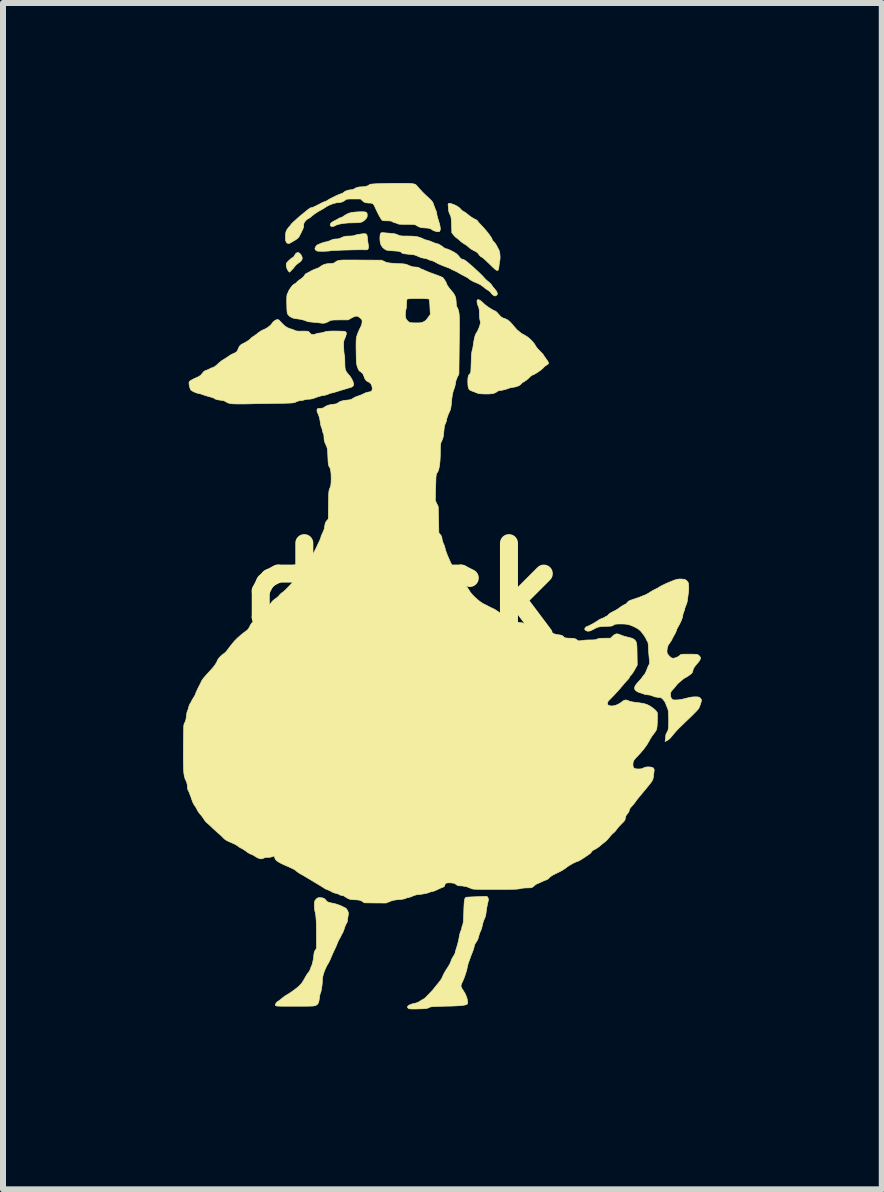
<source format=kicad_pcb>
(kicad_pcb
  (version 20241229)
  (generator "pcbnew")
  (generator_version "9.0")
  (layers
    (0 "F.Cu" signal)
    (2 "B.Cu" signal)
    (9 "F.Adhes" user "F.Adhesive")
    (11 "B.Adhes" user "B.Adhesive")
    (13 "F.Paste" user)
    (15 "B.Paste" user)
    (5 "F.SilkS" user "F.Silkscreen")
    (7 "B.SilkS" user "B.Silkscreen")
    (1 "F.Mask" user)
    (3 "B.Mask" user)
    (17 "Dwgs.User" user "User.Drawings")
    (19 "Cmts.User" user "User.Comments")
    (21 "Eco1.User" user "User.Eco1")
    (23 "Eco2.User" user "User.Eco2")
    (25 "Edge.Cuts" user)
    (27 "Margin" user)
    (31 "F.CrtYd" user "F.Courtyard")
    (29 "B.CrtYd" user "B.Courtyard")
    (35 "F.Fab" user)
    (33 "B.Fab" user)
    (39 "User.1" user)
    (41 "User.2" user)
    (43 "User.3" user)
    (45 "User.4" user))
  (footprint "duck"
    (layer "F.Cu")
    (at 3.654 6.836)
    (property "Reference" "duck" (at 0 0 0) (layer "F.SilkS") (effects (font (size 1.524 1.524) (thickness 0.3))))
    (attr through_hole)
    (fp_poly (pts (xy -1.726 -5.676) (xy -1.702 -5.657) (xy -1.689 -5.64) (xy -1.67 -5.605) (xy -1.667 -5.574) (xy -1.679 -5.546) (xy -1.707 -5.518) (xy -1.724 -5.507) (xy -1.752 -5.486) (xy -1.776 -5.464) (xy -1.788 -5.45) (xy -1.805 -5.428) (xy -1.827 -5.402) (xy -1.843 -5.386) (xy -1.879 -5.349) (xy -1.899 -5.37) (xy -1.915 -5.394) (xy -1.927 -5.426) (xy -1.934 -5.461) (xy -1.933 -5.49) (xy -1.931 -5.498) (xy -1.921 -5.512) (xy -1.903 -5.532) (xy -1.88 -5.554) (xy -1.856 -5.575) (xy -1.836 -5.59) (xy -1.822 -5.596) (xy -1.822 -5.596) (xy -1.812 -5.603) (xy -1.8 -5.621) (xy -1.795 -5.63) (xy -1.774 -5.662) (xy -1.75 -5.677) (xy -1.726 -5.676)) (stroke (width 0.01) (type solid)) (fill yes) (layer "F.SilkS"))
    (fp_poly (pts (xy -0.635 -6.356) (xy -0.61 -6.352) (xy -0.595 -6.343) (xy -0.587 -6.329) (xy -0.584 -6.309) (xy -0.584 -6.296) (xy -0.586 -6.274) (xy -0.593 -6.256) (xy -0.609 -6.237) (xy -0.621 -6.224) (xy -0.641 -6.206) (xy -0.662 -6.192) (xy -0.685 -6.183) (xy -0.715 -6.177) (xy -0.754 -6.174) (xy -0.805 -6.173) (xy -0.838 -6.172) (xy -0.896 -6.171) (xy -0.954 -6.166) (xy -1.009 -6.158) (xy -1.056 -6.149) (xy -1.093 -6.138) (xy -1.117 -6.126) (xy -1.118 -6.125) (xy -1.147 -6.112) (xy -1.178 -6.112) (xy -1.184 -6.114) (xy -1.198 -6.124) (xy -1.202 -6.134) (xy -1.198 -6.155) (xy -1.184 -6.173) (xy -1.158 -6.192) (xy -1.122 -6.211) (xy -1.092 -6.226) (xy -1.069 -6.239) (xy -1.055 -6.247) (xy -1.054 -6.249) (xy -1.042 -6.255) (xy -1.031 -6.257) (xy -1.015 -6.262) (xy -0.992 -6.274) (xy -0.975 -6.286) (xy -0.934 -6.312) (xy -0.892 -6.332) (xy -0.845 -6.345) (xy -0.789 -6.352) (xy -0.723 -6.356) (xy -0.671 -6.357) (xy -0.635 -6.356)) (stroke (width 0.01) (type solid)) (fill yes) (layer "F.SilkS"))
    (fp_poly (pts (xy -0.6 -5.985) (xy -0.59 -5.971) (xy -0.584 -5.946) (xy -0.58 -5.911) (xy -0.576 -5.873) (xy -0.571 -5.835) (xy -0.567 -5.812) (xy -0.562 -5.772) (xy -0.567 -5.745) (xy -0.573 -5.732) (xy -0.582 -5.726) (xy -0.6 -5.723) (xy -0.624 -5.723) (xy -0.663 -5.724) (xy -0.711 -5.724) (xy -0.768 -5.723) (xy -0.829 -5.722) (xy -0.893 -5.72) (xy -0.957 -5.719) (xy -1.018 -5.717) (xy -1.075 -5.714) (xy -1.123 -5.712) (xy -1.162 -5.71) (xy -1.187 -5.708) (xy -1.196 -5.707) (xy -1.219 -5.703) (xy -1.255 -5.701) (xy -1.296 -5.699) (xy -1.327 -5.698) (xy -1.37 -5.699) (xy -1.399 -5.7) (xy -1.417 -5.703) (xy -1.43 -5.707) (xy -1.439 -5.715) (xy -1.439 -5.715) (xy -1.452 -5.73) (xy -1.456 -5.741) (xy -1.45 -5.762) (xy -1.436 -5.785) (xy -1.418 -5.803) (xy -1.413 -5.806) (xy -1.347 -5.834) (xy -1.289 -5.852) (xy -1.274 -5.854) (xy -1.241 -5.862) (xy -1.206 -5.875) (xy -1.191 -5.882) (xy -1.152 -5.898) (xy -1.113 -5.903) (xy -1.106 -5.903) (xy -1.071 -5.905) (xy -1.035 -5.916) (xy -1.01 -5.927) (xy -0.981 -5.94) (xy -0.955 -5.947) (xy -0.927 -5.951) (xy -0.889 -5.952) (xy -0.885 -5.952) (xy -0.84 -5.954) (xy -0.808 -5.958) (xy -0.793 -5.964) (xy -0.777 -5.97) (xy -0.749 -5.976) (xy -0.713 -5.983) (xy -0.691 -5.986) (xy -0.648 -5.991) (xy -0.619 -5.991) (xy -0.6 -5.985)) (stroke (width 0.01) (type solid)) (fill yes) (layer "F.SilkS"))
    (fp_poly (pts (xy 0.814 -6.493) (xy 0.819 -6.491) (xy 0.876 -6.47) (xy 0.924 -6.444) (xy 0.96 -6.416) (xy 0.969 -6.405) (xy 0.991 -6.382) (xy 1.016 -6.364) (xy 1.023 -6.361) (xy 1.045 -6.349) (xy 1.072 -6.329) (xy 1.1 -6.306) (xy 1.1 -6.306) (xy 1.133 -6.28) (xy 1.171 -6.255) (xy 1.2 -6.239) (xy 1.227 -6.226) (xy 1.246 -6.214) (xy 1.253 -6.206) (xy 1.253 -6.206) (xy 1.259 -6.197) (xy 1.274 -6.178) (xy 1.296 -6.154) (xy 1.319 -6.13) (xy 1.355 -6.091) (xy 1.391 -6.05) (xy 1.425 -6.009) (xy 1.454 -5.97) (xy 1.478 -5.936) (xy 1.493 -5.91) (xy 1.499 -5.893) (xy 1.499 -5.893) (xy 1.504 -5.882) (xy 1.518 -5.865) (xy 1.529 -5.853) (xy 1.552 -5.826) (xy 1.572 -5.794) (xy 1.577 -5.783) (xy 1.591 -5.756) (xy 1.604 -5.731) (xy 1.609 -5.723) (xy 1.618 -5.701) (xy 1.625 -5.668) (xy 1.629 -5.628) (xy 1.63 -5.588) (xy 1.627 -5.553) (xy 1.625 -5.542) (xy 1.62 -5.516) (xy 1.615 -5.48) (xy 1.611 -5.444) (xy 1.606 -5.41) (xy 1.6 -5.388) (xy 1.59 -5.378) (xy 1.575 -5.38) (xy 1.552 -5.394) (xy 1.522 -5.42) (xy 1.489 -5.452) (xy 1.443 -5.497) (xy 1.407 -5.531) (xy 1.381 -5.556) (xy 1.361 -5.574) (xy 1.347 -5.586) (xy 1.336 -5.594) (xy 1.328 -5.599) (xy 1.319 -5.603) (xy 1.319 -5.603) (xy 1.301 -5.616) (xy 1.281 -5.638) (xy 1.274 -5.648) (xy 1.256 -5.671) (xy 1.233 -5.689) (xy 1.199 -5.707) (xy 1.196 -5.708) (xy 1.162 -5.726) (xy 1.129 -5.748) (xy 1.108 -5.766) (xy 1.08 -5.791) (xy 1.047 -5.813) (xy 1.035 -5.82) (xy 1.005 -5.839) (xy 0.975 -5.862) (xy 0.965 -5.872) (xy 0.943 -5.893) (xy 0.921 -5.91) (xy 0.913 -5.915) (xy 0.895 -5.928) (xy 0.873 -5.949) (xy 0.858 -5.966) (xy 0.826 -6.005) (xy 0.821 -6.138) (xy 0.819 -6.189) (xy 0.817 -6.226) (xy 0.814 -6.254) (xy 0.81 -6.274) (xy 0.804 -6.292) (xy 0.796 -6.309) (xy 0.794 -6.313) (xy 0.781 -6.342) (xy 0.773 -6.371) (xy 0.771 -6.385) (xy 0.77 -6.412) (xy 0.767 -6.444) (xy 0.766 -6.45) (xy 0.763 -6.479) (xy 0.769 -6.494) (xy 0.785 -6.498) (xy 0.814 -6.493)) (stroke (width 0.01) (type solid)) (fill yes) (layer "F.SilkS"))
    (fp_poly (pts (xy 1.287 -4.886) (xy 1.31 -4.871) (xy 1.34 -4.845) (xy 1.36 -4.826) (xy 1.391 -4.799) (xy 1.429 -4.771) (xy 1.469 -4.745) (xy 1.506 -4.723) (xy 1.537 -4.707) (xy 1.547 -4.704) (xy 1.562 -4.694) (xy 1.582 -4.676) (xy 1.602 -4.654) (xy 1.627 -4.625) (xy 1.646 -4.606) (xy 1.663 -4.594) (xy 1.682 -4.585) (xy 1.702 -4.58) (xy 1.747 -4.56) (xy 1.794 -4.524) (xy 1.838 -4.476) (xy 1.848 -4.463) (xy 1.911 -4.391) (xy 1.984 -4.331) (xy 2.059 -4.289) (xy 2.087 -4.271) (xy 2.12 -4.244) (xy 2.154 -4.212) (xy 2.184 -4.178) (xy 2.208 -4.147) (xy 2.217 -4.13) (xy 2.232 -4.106) (xy 2.256 -4.075) (xy 2.286 -4.043) (xy 2.294 -4.035) (xy 2.319 -4.01) (xy 2.339 -3.989) (xy 2.351 -3.974) (xy 2.354 -3.97) (xy 2.359 -3.961) (xy 2.371 -3.941) (xy 2.39 -3.916) (xy 2.396 -3.907) (xy 2.416 -3.879) (xy 2.431 -3.855) (xy 2.438 -3.838) (xy 2.438 -3.835) (xy 2.43 -3.819) (xy 2.407 -3.803) (xy 2.405 -3.802) (xy 2.38 -3.785) (xy 2.358 -3.765) (xy 2.355 -3.761) (xy 2.339 -3.744) (xy 2.312 -3.722) (xy 2.28 -3.698) (xy 2.245 -3.675) (xy 2.212 -3.655) (xy 2.186 -3.641) (xy 2.174 -3.637) (xy 2.157 -3.629) (xy 2.134 -3.611) (xy 2.111 -3.589) (xy 2.083 -3.563) (xy 2.052 -3.539) (xy 2.029 -3.525) (xy 2.006 -3.511) (xy 1.989 -3.498) (xy 1.984 -3.492) (xy 1.97 -3.475) (xy 1.944 -3.459) (xy 1.909 -3.445) (xy 1.871 -3.435) (xy 1.854 -3.433) (xy 1.822 -3.428) (xy 1.794 -3.422) (xy 1.778 -3.416) (xy 1.754 -3.407) (xy 1.719 -3.396) (xy 1.682 -3.387) (xy 1.648 -3.38) (xy 1.626 -3.378) (xy 1.603 -3.373) (xy 1.579 -3.359) (xy 1.577 -3.357) (xy 1.552 -3.342) (xy 1.522 -3.33) (xy 1.515 -3.328) (xy 1.487 -3.324) (xy 1.448 -3.321) (xy 1.402 -3.32) (xy 1.356 -3.321) (xy 1.314 -3.323) (xy 1.283 -3.326) (xy 1.278 -3.327) (xy 1.252 -3.334) (xy 1.229 -3.343) (xy 1.229 -3.343) (xy 1.209 -3.352) (xy 1.181 -3.362) (xy 1.167 -3.367) (xy 1.138 -3.378) (xy 1.117 -3.393) (xy 1.104 -3.415) (xy 1.096 -3.447) (xy 1.093 -3.492) (xy 1.092 -3.521) (xy 1.093 -3.569) (xy 1.097 -3.603) (xy 1.104 -3.628) (xy 1.115 -3.646) (xy 1.127 -3.658) (xy 1.133 -3.664) (xy 1.137 -3.672) (xy 1.141 -3.686) (xy 1.143 -3.708) (xy 1.145 -3.739) (xy 1.146 -3.783) (xy 1.148 -3.837) (xy 1.15 -3.912) (xy 1.153 -3.971) (xy 1.158 -4.014) (xy 1.163 -4.04) (xy 1.172 -4.073) (xy 1.179 -4.109) (xy 1.18 -4.117) (xy 1.191 -4.192) (xy 1.203 -4.253) (xy 1.216 -4.3) (xy 1.23 -4.33) (xy 1.235 -4.336) (xy 1.249 -4.359) (xy 1.265 -4.392) (xy 1.281 -4.43) (xy 1.294 -4.468) (xy 1.301 -4.497) (xy 1.302 -4.521) (xy 1.296 -4.548) (xy 1.295 -4.551) (xy 1.291 -4.573) (xy 1.287 -4.606) (xy 1.285 -4.645) (xy 1.285 -4.664) (xy 1.284 -4.707) (xy 1.28 -4.739) (xy 1.274 -4.763) (xy 1.268 -4.778) (xy 1.256 -4.808) (xy 1.247 -4.842) (xy 1.247 -4.847) (xy 1.245 -4.872) (xy 1.249 -4.885) (xy 1.257 -4.891) (xy 1.271 -4.892) (xy 1.287 -4.886)) (stroke (width 0.01) (type solid)) (fill yes) (layer "F.SilkS"))
    (fp_poly (pts (xy -1.331 5.077) (xy -1.296 5.091) (xy -1.275 5.113) (xy -1.274 5.113) (xy -1.264 5.129) (xy -1.248 5.141) (xy -1.225 5.151) (xy -1.19 5.16) (xy -1.147 5.169) (xy -1.105 5.179) (xy -1.061 5.194) (xy -1.024 5.208) (xy -0.994 5.223) (xy -0.967 5.236) (xy -0.949 5.244) (xy -0.933 5.257) (xy -0.917 5.279) (xy -0.912 5.29) (xy -0.903 5.31) (xy -0.898 5.328) (xy -0.899 5.349) (xy -0.903 5.38) (xy -0.904 5.385) (xy -0.909 5.418) (xy -0.913 5.446) (xy -0.914 5.464) (xy -0.92 5.485) (xy -0.932 5.506) (xy -0.943 5.526) (xy -0.955 5.555) (xy -0.966 5.588) (xy -0.966 5.589) (xy -0.977 5.622) (xy -0.989 5.651) (xy -0.999 5.671) (xy -0.999 5.671) (xy -1.011 5.688) (xy -1.016 5.7) (xy -1.016 5.7) (xy -1.02 5.711) (xy -1.031 5.732) (xy -1.045 5.757) (xy -1.061 5.785) (xy -1.073 5.811) (xy -1.079 5.826) (xy -1.083 5.837) (xy -1.088 5.85) (xy -1.096 5.869) (xy -1.107 5.895) (xy -1.124 5.931) (xy -1.147 5.98) (xy -1.15 5.986) (xy -1.167 6.024) (xy -1.183 6.061) (xy -1.196 6.093) (xy -1.199 6.1) (xy -1.214 6.134) (xy -1.233 6.168) (xy -1.241 6.181) (xy -1.256 6.206) (xy -1.273 6.241) (xy -1.29 6.28) (xy -1.298 6.299) (xy -1.313 6.344) (xy -1.323 6.381) (xy -1.329 6.419) (xy -1.332 6.464) (xy -1.335 6.513) (xy -1.341 6.561) (xy -1.348 6.605) (xy -1.356 6.642) (xy -1.364 6.666) (xy -1.367 6.671) (xy -1.371 6.684) (xy -1.376 6.709) (xy -1.38 6.741) (xy -1.381 6.745) (xy -1.388 6.792) (xy -1.397 6.825) (xy -1.411 6.848) (xy -1.431 6.864) (xy -1.439 6.869) (xy -1.448 6.872) (xy -1.46 6.876) (xy -1.475 6.878) (xy -1.496 6.88) (xy -1.525 6.881) (xy -1.563 6.882) (xy -1.612 6.883) (xy -1.673 6.883) (xy -1.749 6.883) (xy -1.789 6.883) (xy -1.872 6.883) (xy -1.939 6.883) (xy -1.993 6.883) (xy -2.034 6.882) (xy -2.065 6.881) (xy -2.087 6.879) (xy -2.101 6.877) (xy -2.109 6.875) (xy -2.113 6.871) (xy -2.114 6.87) (xy -2.113 6.85) (xy -2.102 6.828) (xy -2.083 6.808) (xy -2.074 6.803) (xy -2.056 6.791) (xy -2.031 6.772) (xy -2.006 6.752) (xy -1.979 6.73) (xy -1.953 6.711) (xy -1.935 6.7) (xy -1.899 6.679) (xy -1.855 6.65) (xy -1.809 6.617) (xy -1.765 6.584) (xy -1.728 6.553) (xy -1.721 6.547) (xy -1.683 6.507) (xy -1.651 6.462) (xy -1.631 6.425) (xy -1.611 6.39) (xy -1.591 6.356) (xy -1.573 6.331) (xy -1.567 6.324) (xy -1.548 6.298) (xy -1.534 6.269) (xy -1.532 6.262) (xy -1.523 6.236) (xy -1.513 6.214) (xy -1.511 6.211) (xy -1.504 6.192) (xy -1.495 6.161) (xy -1.487 6.123) (xy -1.48 6.083) (xy -1.475 6.047) (xy -1.473 6.019) (xy -1.466 5.979) (xy -1.452 5.952) (xy -1.43 5.92) (xy -1.43 5.714) (xy -1.431 5.615) (xy -1.432 5.533) (xy -1.434 5.464) (xy -1.438 5.408) (xy -1.442 5.364) (xy -1.448 5.331) (xy -1.453 5.31) (xy -1.459 5.284) (xy -1.463 5.248) (xy -1.465 5.209) (xy -1.465 5.203) (xy -1.464 5.167) (xy -1.462 5.144) (xy -1.457 5.127) (xy -1.448 5.113) (xy -1.439 5.103) (xy -1.42 5.084) (xy -1.4 5.075) (xy -1.378 5.073) (xy -1.331 5.077)) (stroke (width 0.01) (type solid)) (fill yes) (layer "F.SilkS"))
    (fp_poly (pts (xy -0.314 -6.008) (xy -0.292 -6.006) (xy -0.259 -6.003) (xy -0.22 -6) (xy -0.199 -5.998) (xy -0.152 -5.994) (xy -0.117 -5.988) (xy -0.089 -5.979) (xy -0.074 -5.972) (xy -0.057 -5.964) (xy -0.041 -5.959) (xy -0.021 -5.955) (xy 0.005 -5.953) (xy 0.041 -5.952) (xy 0.09 -5.952) (xy 0.157 -5.951) (xy 0.21 -5.947) (xy 0.255 -5.94) (xy 0.294 -5.929) (xy 0.333 -5.913) (xy 0.349 -5.905) (xy 0.376 -5.893) (xy 0.399 -5.886) (xy 0.409 -5.884) (xy 0.425 -5.881) (xy 0.452 -5.872) (xy 0.484 -5.859) (xy 0.495 -5.855) (xy 0.528 -5.841) (xy 0.556 -5.831) (xy 0.575 -5.825) (xy 0.579 -5.825) (xy 0.599 -5.82) (xy 0.629 -5.804) (xy 0.663 -5.782) (xy 0.686 -5.764) (xy 0.708 -5.749) (xy 0.728 -5.741) (xy 0.734 -5.74) (xy 0.749 -5.737) (xy 0.775 -5.727) (xy 0.807 -5.712) (xy 0.829 -5.701) (xy 0.874 -5.677) (xy 0.906 -5.654) (xy 0.931 -5.63) (xy 0.937 -5.623) (xy 0.961 -5.593) (xy 0.98 -5.575) (xy 0.995 -5.566) (xy 1.01 -5.563) (xy 1.013 -5.563) (xy 1.028 -5.557) (xy 1.052 -5.544) (xy 1.078 -5.524) (xy 1.08 -5.522) (xy 1.133 -5.477) (xy 1.186 -5.431) (xy 1.235 -5.386) (xy 1.279 -5.345) (xy 1.316 -5.309) (xy 1.344 -5.281) (xy 1.356 -5.267) (xy 1.383 -5.237) (xy 1.414 -5.208) (xy 1.432 -5.194) (xy 1.457 -5.173) (xy 1.479 -5.151) (xy 1.489 -5.137) (xy 1.502 -5.117) (xy 1.522 -5.091) (xy 1.543 -5.067) (xy 1.57 -5.033) (xy 1.583 -5.003) (xy 1.583 -4.979) (xy 1.568 -4.962) (xy 1.567 -4.962) (xy 1.55 -4.954) (xy 1.536 -4.956) (xy 1.516 -4.967) (xy 1.516 -4.967) (xy 1.496 -4.983) (xy 1.478 -5.006) (xy 1.477 -5.007) (xy 1.458 -5.029) (xy 1.433 -5.047) (xy 1.43 -5.048) (xy 1.408 -5.062) (xy 1.38 -5.082) (xy 1.352 -5.105) (xy 1.314 -5.133) (xy 1.27 -5.158) (xy 1.225 -5.177) (xy 1.189 -5.192) (xy 1.156 -5.209) (xy 1.133 -5.223) (xy 1.125 -5.229) (xy 1.108 -5.243) (xy 1.081 -5.261) (xy 1.048 -5.279) (xy 1.037 -5.285) (xy 1.001 -5.303) (xy 0.965 -5.323) (xy 0.936 -5.34) (xy 0.931 -5.343) (xy 0.902 -5.359) (xy 0.874 -5.373) (xy 0.863 -5.378) (xy 0.836 -5.389) (xy 0.812 -5.402) (xy 0.812 -5.402) (xy 0.793 -5.413) (xy 0.764 -5.425) (xy 0.736 -5.435) (xy 0.702 -5.448) (xy 0.668 -5.461) (xy 0.647 -5.47) (xy 0.625 -5.48) (xy 0.61 -5.486) (xy 0.607 -5.486) (xy 0.598 -5.491) (xy 0.579 -5.501) (xy 0.562 -5.511) (xy 0.53 -5.528) (xy 0.494 -5.542) (xy 0.48 -5.545) (xy 0.453 -5.553) (xy 0.431 -5.562) (xy 0.424 -5.566) (xy 0.408 -5.573) (xy 0.383 -5.579) (xy 0.363 -5.582) (xy 0.319 -5.591) (xy 0.272 -5.609) (xy 0.262 -5.614) (xy 0.236 -5.626) (xy 0.211 -5.635) (xy 0.184 -5.641) (xy 0.149 -5.645) (xy 0.106 -5.649) (xy 0.06 -5.654) (xy 0.027 -5.658) (xy 0.006 -5.663) (xy -0.006 -5.67) (xy -0.008 -5.672) (xy -0.02 -5.683) (xy -0.034 -5.691) (xy -0.055 -5.697) (xy -0.085 -5.701) (xy -0.126 -5.704) (xy -0.157 -5.706) (xy -0.201 -5.709) (xy -0.233 -5.712) (xy -0.255 -5.716) (xy -0.273 -5.722) (xy -0.29 -5.732) (xy -0.294 -5.734) (xy -0.33 -5.765) (xy -0.355 -5.805) (xy -0.369 -5.855) (xy -0.373 -5.913) (xy -0.371 -5.957) (xy -0.366 -5.986) (xy -0.355 -6.003) (xy -0.338 -6.01) (xy -0.314 -6.008)) (stroke (width 0.01) (type solid)) (fill yes) (layer "F.SilkS"))
    (fp_poly (pts (xy 1.426 5.074) (xy 1.434 5.088) (xy 1.436 5.102) (xy 1.434 5.121) (xy 1.428 5.145) (xy 1.417 5.194) (xy 1.406 5.254) (xy 1.397 5.318) (xy 1.393 5.351) (xy 1.386 5.383) (xy 1.374 5.417) (xy 1.368 5.427) (xy 1.357 5.455) (xy 1.345 5.491) (xy 1.335 5.53) (xy 1.335 5.534) (xy 1.326 5.57) (xy 1.316 5.604) (xy 1.306 5.629) (xy 1.305 5.631) (xy 1.293 5.656) (xy 1.282 5.688) (xy 1.276 5.711) (xy 1.264 5.754) (xy 1.25 5.787) (xy 1.232 5.815) (xy 1.223 5.826) (xy 1.21 5.85) (xy 1.2 5.879) (xy 1.199 5.886) (xy 1.193 5.912) (xy 1.182 5.947) (xy 1.169 5.982) (xy 1.155 6.017) (xy 1.141 6.052) (xy 1.132 6.079) (xy 1.12 6.112) (xy 1.107 6.148) (xy 1.104 6.155) (xy 1.094 6.188) (xy 1.085 6.225) (xy 1.083 6.236) (xy 1.076 6.271) (xy 1.063 6.317) (xy 1.046 6.368) (xy 1.028 6.419) (xy 1.009 6.464) (xy 0.997 6.488) (xy 0.984 6.517) (xy 0.978 6.541) (xy 0.982 6.562) (xy 0.995 6.588) (xy 1.012 6.614) (xy 1.05 6.676) (xy 1.074 6.736) (xy 1.086 6.781) (xy 1.09 6.811) (xy 1.091 6.83) (xy 1.087 6.841) (xy 1.083 6.846) (xy 1.071 6.854) (xy 1.052 6.861) (xy 1.025 6.866) (xy 0.988 6.871) (xy 0.94 6.875) (xy 0.879 6.878) (xy 0.804 6.881) (xy 0.728 6.882) (xy 0.656 6.884) (xy 0.599 6.886) (xy 0.554 6.887) (xy 0.521 6.889) (xy 0.496 6.891) (xy 0.478 6.894) (xy 0.464 6.897) (xy 0.453 6.902) (xy 0.445 6.906) (xy 0.43 6.913) (xy 0.415 6.918) (xy 0.395 6.921) (xy 0.367 6.924) (xy 0.33 6.926) (xy 0.279 6.927) (xy 0.264 6.928) (xy 0.209 6.929) (xy 0.169 6.929) (xy 0.141 6.928) (xy 0.122 6.926) (xy 0.109 6.923) (xy 0.1 6.918) (xy 0.099 6.917) (xy 0.087 6.901) (xy 0.087 6.889) (xy 0.1 6.874) (xy 0.125 6.859) (xy 0.158 6.846) (xy 0.193 6.837) (xy 0.206 6.835) (xy 0.256 6.821) (xy 0.284 6.805) (xy 0.31 6.788) (xy 0.335 6.773) (xy 0.343 6.77) (xy 0.366 6.756) (xy 0.389 6.737) (xy 0.391 6.734) (xy 0.408 6.716) (xy 0.433 6.691) (xy 0.459 6.664) (xy 0.464 6.659) (xy 0.492 6.63) (xy 0.517 6.601) (xy 0.536 6.577) (xy 0.538 6.574) (xy 0.556 6.551) (xy 0.58 6.522) (xy 0.606 6.491) (xy 0.61 6.485) (xy 0.643 6.443) (xy 0.665 6.404) (xy 0.672 6.387) (xy 0.683 6.361) (xy 0.701 6.326) (xy 0.723 6.29) (xy 0.733 6.273) (xy 0.766 6.223) (xy 0.789 6.184) (xy 0.804 6.153) (xy 0.814 6.126) (xy 0.816 6.118) (xy 0.824 6.098) (xy 0.839 6.071) (xy 0.851 6.051) (xy 0.867 6.026) (xy 0.877 6.005) (xy 0.881 5.994) (xy 0.883 5.981) (xy 0.89 5.955) (xy 0.9 5.922) (xy 0.91 5.891) (xy 0.923 5.845) (xy 0.936 5.796) (xy 0.945 5.752) (xy 0.948 5.731) (xy 0.955 5.694) (xy 0.964 5.66) (xy 0.973 5.634) (xy 0.974 5.632) (xy 0.985 5.607) (xy 0.99 5.585) (xy 0.991 5.582) (xy 0.994 5.561) (xy 1.003 5.536) (xy 1.005 5.531) (xy 1.01 5.516) (xy 1.014 5.497) (xy 1.017 5.469) (xy 1.02 5.432) (xy 1.022 5.382) (xy 1.025 5.318) (xy 1.025 5.309) (xy 1.027 5.239) (xy 1.03 5.184) (xy 1.033 5.142) (xy 1.038 5.112) (xy 1.043 5.091) (xy 1.05 5.078) (xy 1.059 5.07) (xy 1.063 5.068) (xy 1.076 5.066) (xy 1.102 5.064) (xy 1.14 5.062) (xy 1.187 5.06) (xy 1.238 5.058) (xy 1.245 5.057) (xy 1.412 5.052) (xy 1.426 5.074)) (stroke (width 0.01) (type solid)) (fill yes) (layer "F.SilkS"))
    (fp_poly (pts (xy 0.028 -6.831) (xy 0.089 -6.83) (xy 0.137 -6.828) (xy 0.174 -6.824) (xy 0.201 -6.819) (xy 0.219 -6.813) (xy 0.227 -6.807) (xy 0.257 -6.774) (xy 0.286 -6.741) (xy 0.314 -6.711) (xy 0.336 -6.687) (xy 0.351 -6.672) (xy 0.351 -6.671) (xy 0.364 -6.659) (xy 0.386 -6.638) (xy 0.414 -6.612) (xy 0.438 -6.59) (xy 0.469 -6.56) (xy 0.491 -6.537) (xy 0.506 -6.517) (xy 0.516 -6.496) (xy 0.525 -6.47) (xy 0.525 -6.469) (xy 0.538 -6.435) (xy 0.55 -6.401) (xy 0.56 -6.379) (xy 0.57 -6.352) (xy 0.575 -6.325) (xy 0.576 -6.319) (xy 0.578 -6.301) (xy 0.585 -6.272) (xy 0.596 -6.235) (xy 0.606 -6.203) (xy 0.624 -6.142) (xy 0.633 -6.092) (xy 0.633 -6.055) (xy 0.623 -6.031) (xy 0.617 -6.026) (xy 0.601 -6.023) (xy 0.576 -6.026) (xy 0.546 -6.034) (xy 0.519 -6.044) (xy 0.499 -6.055) (xy 0.494 -6.059) (xy 0.474 -6.073) (xy 0.44 -6.083) (xy 0.394 -6.087) (xy 0.376 -6.088) (xy 0.322 -6.092) (xy 0.277 -6.105) (xy 0.238 -6.127) (xy 0.227 -6.134) (xy 0.214 -6.14) (xy 0.199 -6.143) (xy 0.177 -6.145) (xy 0.146 -6.146) (xy 0.102 -6.147) (xy 0.071 -6.147) (xy 0.025 -6.147) (xy -0.016 -6.148) (xy -0.047 -6.15) (xy -0.067 -6.153) (xy -0.071 -6.154) (xy -0.082 -6.161) (xy -0.103 -6.168) (xy -0.118 -6.172) (xy -0.144 -6.18) (xy -0.164 -6.19) (xy -0.17 -6.194) (xy -0.181 -6.201) (xy -0.205 -6.204) (xy -0.241 -6.206) (xy -0.254 -6.206) (xy -0.29 -6.207) (xy -0.314 -6.208) (xy -0.329 -6.213) (xy -0.34 -6.22) (xy -0.344 -6.225) (xy -0.357 -6.243) (xy -0.375 -6.273) (xy -0.396 -6.311) (xy -0.417 -6.354) (xy -0.439 -6.399) (xy -0.451 -6.426) (xy -0.468 -6.462) (xy -0.484 -6.485) (xy -0.503 -6.497) (xy -0.528 -6.502) (xy -0.55 -6.502) (xy -0.592 -6.505) (xy -0.624 -6.512) (xy -0.65 -6.528) (xy -0.668 -6.544) (xy -0.695 -6.57) (xy -0.813 -6.57) (xy -0.86 -6.57) (xy -0.894 -6.569) (xy -0.916 -6.567) (xy -0.931 -6.564) (xy -0.941 -6.559) (xy -0.946 -6.554) (xy -0.973 -6.534) (xy -1.009 -6.518) (xy -1.047 -6.511) (xy -1.055 -6.511) (xy -1.099 -6.506) (xy -1.15 -6.493) (xy -1.204 -6.473) (xy -1.253 -6.449) (xy -1.293 -6.423) (xy -1.295 -6.422) (xy -1.308 -6.413) (xy -1.332 -6.399) (xy -1.362 -6.382) (xy -1.376 -6.375) (xy -1.416 -6.351) (xy -1.46 -6.322) (xy -1.498 -6.292) (xy -1.501 -6.29) (xy -1.528 -6.267) (xy -1.551 -6.25) (xy -1.567 -6.241) (xy -1.57 -6.24) (xy -1.582 -6.234) (xy -1.599 -6.219) (xy -1.612 -6.206) (xy -1.631 -6.182) (xy -1.64 -6.162) (xy -1.643 -6.136) (xy -1.643 -6.133) (xy -1.643 -6.117) (xy -1.646 -6.1) (xy -1.652 -6.081) (xy -1.663 -6.055) (xy -1.679 -6.022) (xy -1.701 -5.978) (xy -1.718 -5.944) (xy -1.741 -5.915) (xy -1.779 -5.888) (xy -1.809 -5.871) (xy -1.839 -5.853) (xy -1.854 -5.844) (xy -1.882 -5.829) (xy -1.903 -5.827) (xy -1.921 -5.838) (xy -1.93 -5.847) (xy -1.939 -5.863) (xy -1.945 -5.882) (xy -1.947 -5.91) (xy -1.947 -5.935) (xy -1.945 -5.985) (xy -1.938 -6.023) (xy -1.924 -6.055) (xy -1.901 -6.088) (xy -1.891 -6.099) (xy -1.872 -6.121) (xy -1.859 -6.138) (xy -1.854 -6.146) (xy -1.848 -6.154) (xy -1.832 -6.17) (xy -1.808 -6.193) (xy -1.778 -6.22) (xy -1.746 -6.249) (xy -1.713 -6.277) (xy -1.682 -6.303) (xy -1.657 -6.324) (xy -1.654 -6.327) (xy -1.623 -6.351) (xy -1.589 -6.379) (xy -1.572 -6.393) (xy -1.548 -6.41) (xy -1.527 -6.423) (xy -1.515 -6.426) (xy -1.505 -6.427) (xy -1.492 -6.431) (xy -1.474 -6.438) (xy -1.449 -6.45) (xy -1.413 -6.468) (xy -1.38 -6.485) (xy -1.346 -6.503) (xy -1.316 -6.517) (xy -1.295 -6.526) (xy -1.286 -6.528) (xy -1.27 -6.533) (xy -1.252 -6.544) (xy -1.23 -6.558) (xy -1.197 -6.577) (xy -1.157 -6.597) (xy -1.115 -6.618) (xy -1.074 -6.637) (xy -1.039 -6.651) (xy -1.014 -6.659) (xy -1.014 -6.659) (xy -0.993 -6.668) (xy -0.981 -6.677) (xy -0.961 -6.693) (xy -0.93 -6.708) (xy -0.895 -6.718) (xy -0.862 -6.723) (xy -0.861 -6.723) (xy -0.826 -6.727) (xy -0.803 -6.738) (xy -0.767 -6.758) (xy -0.721 -6.77) (xy -0.667 -6.773) (xy -0.613 -6.778) (xy -0.57 -6.792) (xy -0.542 -6.812) (xy -0.534 -6.815) (xy -0.516 -6.818) (xy -0.487 -6.82) (xy -0.447 -6.823) (xy -0.393 -6.825) (xy -0.325 -6.827) (xy -0.242 -6.829) (xy -0.24 -6.829) (xy -0.136 -6.831) (xy -0.047 -6.831) (xy 0.028 -6.831)) (stroke (width 0.01) (type solid)) (fill yes) (layer "F.SilkS"))
    (fp_poly (pts (xy -2.051 -4.549) (xy -2.047 -4.544) (xy -2.011 -4.506) (xy -1.982 -4.477) (xy -1.96 -4.457) (xy -1.94 -4.442) (xy -1.921 -4.43) (xy -1.911 -4.425) (xy -1.884 -4.413) (xy -1.862 -4.405) (xy -1.852 -4.403) (xy -1.835 -4.399) (xy -1.812 -4.39) (xy -1.801 -4.384) (xy -1.783 -4.376) (xy -1.765 -4.371) (xy -1.742 -4.368) (xy -1.711 -4.367) (xy -1.667 -4.368) (xy -1.667 -4.368) (xy -1.623 -4.368) (xy -1.593 -4.367) (xy -1.573 -4.365) (xy -1.562 -4.361) (xy -1.556 -4.356) (xy -1.535 -4.331) (xy -1.518 -4.317) (xy -1.502 -4.311) (xy -1.488 -4.31) (xy -1.461 -4.314) (xy -1.439 -4.322) (xy -1.417 -4.33) (xy -1.389 -4.334) (xy -1.384 -4.335) (xy -1.356 -4.338) (xy -1.323 -4.345) (xy -1.302 -4.352) (xy -1.281 -4.358) (xy -1.259 -4.363) (xy -1.233 -4.366) (xy -1.199 -4.368) (xy -1.153 -4.369) (xy -1.109 -4.369) (xy -1.056 -4.368) (xy -1.011 -4.367) (xy -0.976 -4.365) (xy -0.954 -4.362) (xy -0.948 -4.36) (xy -0.935 -4.345) (xy -0.931 -4.333) (xy -0.935 -4.309) (xy -0.945 -4.276) (xy -0.959 -4.242) (xy -0.968 -4.222) (xy -0.973 -4.208) (xy -0.976 -4.188) (xy -0.977 -4.159) (xy -0.977 -4.118) (xy -0.976 -4.087) (xy -0.974 -4.045) (xy -0.971 -4.009) (xy -0.968 -3.982) (xy -0.965 -3.968) (xy -0.964 -3.967) (xy -0.961 -3.956) (xy -0.959 -3.931) (xy -0.958 -3.897) (xy -0.957 -3.855) (xy -0.957 -3.845) (xy -0.956 -3.795) (xy -0.954 -3.757) (xy -0.949 -3.728) (xy -0.938 -3.702) (xy -0.921 -3.676) (xy -0.896 -3.645) (xy -0.875 -3.622) (xy -0.845 -3.578) (xy -0.822 -3.529) (xy -0.822 -3.529) (xy -0.813 -3.5) (xy -0.809 -3.481) (xy -0.811 -3.468) (xy -0.817 -3.458) (xy -0.834 -3.441) (xy -0.849 -3.433) (xy -0.877 -3.425) (xy -0.916 -3.413) (xy -0.962 -3.399) (xy -1.01 -3.385) (xy -1.056 -3.371) (xy -1.093 -3.359) (xy -1.102 -3.356) (xy -1.134 -3.347) (xy -1.162 -3.339) (xy -1.18 -3.336) (xy -1.182 -3.336) (xy -1.199 -3.332) (xy -1.223 -3.322) (xy -1.232 -3.318) (xy -1.26 -3.307) (xy -1.295 -3.298) (xy -1.315 -3.296) (xy -1.35 -3.289) (xy -1.392 -3.278) (xy -1.434 -3.263) (xy -1.434 -3.263) (xy -1.486 -3.244) (xy -1.529 -3.235) (xy -1.546 -3.234) (xy -1.582 -3.232) (xy -1.62 -3.225) (xy -1.631 -3.222) (xy -1.662 -3.214) (xy -1.692 -3.209) (xy -1.702 -3.209) (xy -1.727 -3.205) (xy -1.757 -3.194) (xy -1.77 -3.189) (xy -1.78 -3.183) (xy -1.79 -3.179) (xy -1.801 -3.176) (xy -1.816 -3.173) (xy -1.837 -3.171) (xy -1.864 -3.169) (xy -1.901 -3.168) (xy -1.947 -3.166) (xy -2.006 -3.165) (xy -2.08 -3.164) (xy -2.134 -3.163) (xy -2.215 -3.162) (xy -2.298 -3.16) (xy -2.381 -3.159) (xy -2.459 -3.158) (xy -2.529 -3.156) (xy -2.588 -3.155) (xy -2.625 -3.154) (xy -2.68 -3.154) (xy -2.735 -3.154) (xy -2.784 -3.155) (xy -2.823 -3.156) (xy -2.848 -3.158) (xy -2.879 -3.164) (xy -2.905 -3.171) (xy -2.92 -3.178) (xy -2.945 -3.195) (xy -2.977 -3.208) (xy -3.018 -3.215) (xy -3.038 -3.218) (xy -3.082 -3.224) (xy -3.114 -3.235) (xy -3.125 -3.242) (xy -3.146 -3.254) (xy -3.177 -3.265) (xy -3.207 -3.273) (xy -3.247 -3.284) (xy -3.291 -3.297) (xy -3.317 -3.307) (xy -3.347 -3.317) (xy -3.372 -3.325) (xy -3.387 -3.327) (xy -3.408 -3.331) (xy -3.437 -3.341) (xy -3.469 -3.354) (xy -3.498 -3.369) (xy -3.519 -3.383) (xy -3.526 -3.39) (xy -3.536 -3.413) (xy -3.546 -3.445) (xy -3.552 -3.478) (xy -3.554 -3.506) (xy -3.553 -3.517) (xy -3.545 -3.53) (xy -3.527 -3.544) (xy -3.497 -3.562) (xy -3.454 -3.583) (xy -3.399 -3.607) (xy -3.361 -3.631) (xy -3.332 -3.665) (xy -3.308 -3.694) (xy -3.285 -3.709) (xy -3.274 -3.713) (xy -3.249 -3.721) (xy -3.221 -3.734) (xy -3.213 -3.738) (xy -3.186 -3.752) (xy -3.159 -3.761) (xy -3.153 -3.763) (xy -3.132 -3.773) (xy -3.103 -3.794) (xy -3.077 -3.818) (xy -3.048 -3.844) (xy -3.019 -3.867) (xy -2.996 -3.884) (xy -2.993 -3.885) (xy -2.937 -3.92) (xy -2.879 -3.96) (xy -2.859 -3.972) (xy -2.831 -3.987) (xy -2.808 -3.997) (xy -2.778 -4.011) (xy -2.76 -4.024) (xy -2.748 -4.041) (xy -2.746 -4.047) (xy -2.729 -4.085) (xy -2.716 -4.112) (xy -2.701 -4.13) (xy -2.683 -4.145) (xy -2.657 -4.159) (xy -2.633 -4.171) (xy -2.595 -4.192) (xy -2.561 -4.214) (xy -2.538 -4.233) (xy -2.536 -4.235) (xy -2.514 -4.257) (xy -2.49 -4.275) (xy -2.484 -4.278) (xy -2.465 -4.29) (xy -2.438 -4.31) (xy -2.409 -4.332) (xy -2.406 -4.335) (xy -2.375 -4.358) (xy -2.343 -4.378) (xy -2.315 -4.391) (xy -2.314 -4.391) (xy -2.279 -4.407) (xy -2.242 -4.429) (xy -2.209 -4.455) (xy -2.183 -4.48) (xy -2.172 -4.495) (xy -2.149 -4.525) (xy -2.116 -4.549) (xy -2.089 -4.56) (xy -2.069 -4.56) (xy -2.051 -4.549)) (stroke (width 0.01) (type solid)) (fill yes) (layer "F.SilkS"))
    (fp_poly (pts (xy 4.653 -0.236) (xy 4.686 -0.233) (xy 4.708 -0.229) (xy 4.724 -0.222) (xy 4.739 -0.209) (xy 4.743 -0.205) (xy 4.758 -0.189) (xy 4.766 -0.174) (xy 4.771 -0.153) (xy 4.773 -0.122) (xy 4.774 -0.116) (xy 4.774 -0.073) (xy 4.771 -0.026) (xy 4.766 0.009) (xy 4.761 0.047) (xy 4.756 0.085) (xy 4.753 0.114) (xy 4.747 0.146) (xy 4.736 0.183) (xy 4.728 0.2) (xy 4.717 0.228) (xy 4.709 0.251) (xy 4.707 0.262) (xy 4.704 0.281) (xy 4.694 0.305) (xy 4.691 0.313) (xy 4.68 0.343) (xy 4.674 0.373) (xy 4.674 0.379) (xy 4.669 0.402) (xy 4.658 0.435) (xy 4.641 0.475) (xy 4.62 0.518) (xy 4.596 0.561) (xy 4.586 0.578) (xy 4.575 0.601) (xy 4.568 0.622) (xy 4.56 0.645) (xy 4.547 0.672) (xy 4.539 0.686) (xy 4.521 0.718) (xy 4.503 0.751) (xy 4.498 0.763) (xy 4.482 0.793) (xy 4.462 0.823) (xy 4.456 0.83) (xy 4.428 0.874) (xy 4.414 0.929) (xy 4.411 0.966) (xy 4.413 0.99) (xy 4.419 1.008) (xy 4.433 1.028) (xy 4.448 1.044) (xy 4.471 1.067) (xy 4.489 1.079) (xy 4.507 1.083) (xy 4.513 1.084) (xy 4.548 1.078) (xy 4.585 1.063) (xy 4.616 1.044) (xy 4.626 1.034) (xy 4.633 1.027) (xy 4.642 1.023) (xy 4.655 1.019) (xy 4.676 1.017) (xy 4.706 1.016) (xy 4.749 1.016) (xy 4.78 1.016) (xy 4.831 1.016) (xy 4.869 1.017) (xy 4.895 1.018) (xy 4.912 1.02) (xy 4.925 1.025) (xy 4.935 1.031) (xy 4.944 1.038) (xy 4.962 1.057) (xy 4.97 1.076) (xy 4.967 1.098) (xy 4.953 1.125) (xy 4.926 1.16) (xy 4.911 1.177) (xy 4.88 1.214) (xy 4.86 1.244) (xy 4.849 1.267) (xy 4.847 1.276) (xy 4.84 1.302) (xy 4.831 1.325) (xy 4.829 1.327) (xy 4.817 1.34) (xy 4.794 1.359) (xy 4.767 1.378) (xy 4.741 1.395) (xy 4.721 1.406) (xy 4.718 1.407) (xy 4.704 1.415) (xy 4.681 1.431) (xy 4.654 1.453) (xy 4.625 1.477) (xy 4.599 1.501) (xy 4.579 1.521) (xy 4.569 1.533) (xy 4.557 1.55) (xy 4.537 1.574) (xy 4.514 1.6) (xy 4.513 1.601) (xy 4.491 1.626) (xy 4.478 1.644) (xy 4.472 1.661) (xy 4.471 1.683) (xy 4.471 1.691) (xy 4.473 1.723) (xy 4.481 1.745) (xy 4.49 1.758) (xy 4.502 1.77) (xy 4.515 1.777) (xy 4.533 1.779) (xy 4.563 1.779) (xy 4.569 1.779) (xy 4.609 1.776) (xy 4.655 1.769) (xy 4.686 1.762) (xy 4.738 1.749) (xy 4.778 1.739) (xy 4.809 1.733) (xy 4.834 1.729) (xy 4.859 1.728) (xy 4.885 1.727) (xy 4.886 1.727) (xy 4.919 1.728) (xy 4.94 1.731) (xy 4.955 1.738) (xy 4.966 1.748) (xy 4.98 1.765) (xy 4.987 1.778) (xy 4.987 1.778) (xy 4.984 1.796) (xy 4.977 1.824) (xy 4.967 1.856) (xy 4.955 1.887) (xy 4.945 1.912) (xy 4.944 1.914) (xy 4.934 1.929) (xy 4.913 1.953) (xy 4.883 1.984) (xy 4.847 2.021) (xy 4.806 2.061) (xy 4.778 2.088) (xy 4.719 2.144) (xy 4.671 2.191) (xy 4.632 2.229) (xy 4.6 2.26) (xy 4.575 2.287) (xy 4.554 2.31) (xy 4.536 2.331) (xy 4.518 2.352) (xy 4.517 2.354) (xy 4.488 2.389) (xy 4.466 2.414) (xy 4.448 2.432) (xy 4.429 2.445) (xy 4.419 2.451) (xy 4.394 2.465) (xy 4.382 2.47) (xy 4.378 2.469) (xy 4.38 2.46) (xy 4.381 2.459) (xy 4.385 2.441) (xy 4.388 2.414) (xy 4.389 2.396) (xy 4.393 2.358) (xy 4.405 2.328) (xy 4.41 2.322) (xy 4.422 2.301) (xy 4.431 2.274) (xy 4.436 2.239) (xy 4.439 2.194) (xy 4.44 2.137) (xy 4.439 2.075) (xy 4.437 2.023) (xy 4.435 1.984) (xy 4.432 1.956) (xy 4.427 1.935) (xy 4.421 1.917) (xy 4.415 1.904) (xy 4.403 1.875) (xy 4.393 1.848) (xy 4.39 1.839) (xy 4.381 1.819) (xy 4.364 1.793) (xy 4.349 1.774) (xy 4.328 1.753) (xy 4.311 1.741) (xy 4.294 1.737) (xy 4.268 1.736) (xy 4.267 1.736) (xy 4.213 1.728) (xy 4.178 1.715) (xy 4.134 1.699) (xy 4.096 1.694) (xy 4.065 1.691) (xy 4.035 1.684) (xy 4.028 1.681) (xy 4.001 1.671) (xy 3.97 1.661) (xy 3.967 1.66) (xy 3.926 1.646) (xy 3.895 1.626) (xy 3.876 1.604) (xy 3.873 1.596) (xy 3.872 1.57) (xy 3.883 1.541) (xy 3.907 1.507) (xy 3.936 1.475) (xy 3.961 1.448) (xy 3.983 1.422) (xy 3.998 1.403) (xy 3.999 1.401) (xy 4.017 1.376) (xy 4.035 1.355) (xy 4.048 1.335) (xy 4.062 1.307) (xy 4.073 1.279) (xy 4.086 1.246) (xy 4.099 1.215) (xy 4.109 1.196) (xy 4.117 1.181) (xy 4.121 1.166) (xy 4.122 1.147) (xy 4.119 1.119) (xy 4.116 1.094) (xy 4.112 1.053) (xy 4.108 1.003) (xy 4.104 0.951) (xy 4.103 0.921) (xy 4.101 0.876) (xy 4.098 0.844) (xy 4.094 0.822) (xy 4.088 0.807) (xy 4.082 0.797) (xy 4.07 0.778) (xy 4.064 0.765) (xy 4.064 0.764) (xy 4.059 0.753) (xy 4.047 0.731) (xy 4.029 0.704) (xy 4.008 0.675) (xy 3.986 0.647) (xy 3.975 0.633) (xy 3.948 0.608) (xy 3.908 0.582) (xy 3.861 0.557) (xy 3.81 0.536) (xy 3.783 0.527) (xy 3.748 0.519) (xy 3.709 0.514) (xy 3.661 0.512) (xy 3.634 0.513) (xy 3.592 0.513) (xy 3.562 0.515) (xy 3.543 0.518) (xy 3.53 0.524) (xy 3.52 0.532) (xy 3.52 0.532) (xy 3.51 0.539) (xy 3.498 0.544) (xy 3.48 0.548) (xy 3.452 0.55) (xy 3.412 0.552) (xy 3.391 0.552) (xy 3.339 0.554) (xy 3.3 0.558) (xy 3.268 0.564) (xy 3.24 0.574) (xy 3.209 0.589) (xy 3.175 0.608) (xy 3.131 0.628) (xy 3.095 0.634) (xy 3.064 0.625) (xy 3.056 0.619) (xy 3.042 0.606) (xy 3.042 0.592) (xy 3.046 0.581) (xy 3.057 0.565) (xy 3.068 0.559) (xy 3.082 0.555) (xy 3.106 0.544) (xy 3.138 0.528) (xy 3.173 0.51) (xy 3.207 0.49) (xy 3.236 0.472) (xy 3.258 0.458) (xy 3.26 0.456) (xy 3.287 0.438) (xy 3.316 0.425) (xy 3.324 0.422) (xy 3.351 0.412) (xy 3.375 0.399) (xy 3.377 0.397) (xy 3.395 0.386) (xy 3.408 0.381) (xy 3.42 0.375) (xy 3.433 0.359) (xy 3.433 0.359) (xy 3.449 0.344) (xy 3.477 0.325) (xy 3.513 0.306) (xy 3.517 0.304) (xy 3.554 0.285) (xy 3.591 0.263) (xy 3.621 0.242) (xy 3.626 0.238) (xy 3.655 0.217) (xy 3.685 0.199) (xy 3.702 0.191) (xy 3.732 0.175) (xy 3.751 0.154) (xy 3.752 0.153) (xy 3.762 0.14) (xy 3.777 0.13) (xy 3.802 0.118) (xy 3.839 0.105) (xy 3.845 0.103) (xy 3.885 0.09) (xy 3.924 0.076) (xy 3.957 0.065) (xy 3.967 0.061) (xy 4 0.047) (xy 4.035 0.034) (xy 4.047 0.029) (xy 4.076 0.015) (xy 4.109 -0.004) (xy 4.127 -0.016) (xy 4.159 -0.036) (xy 4.197 -0.057) (xy 4.222 -0.069) (xy 4.249 -0.082) (xy 4.269 -0.093) (xy 4.279 -0.1) (xy 4.289 -0.107) (xy 4.312 -0.12) (xy 4.344 -0.136) (xy 4.383 -0.155) (xy 4.426 -0.174) (xy 4.469 -0.192) (xy 4.507 -0.207) (xy 4.546 -0.222) (xy 4.576 -0.231) (xy 4.601 -0.235) (xy 4.627 -0.237) (xy 4.653 -0.236)) (stroke (width 0.01) (type solid)) (fill yes) (layer "F.SilkS"))
    (fp_poly (pts (xy -0.842 -5.553) (xy -0.765 -5.553) (xy -0.696 -5.552) (xy -0.343 -5.55) (xy -0.296 -5.527) (xy -0.274 -5.517) (xy -0.251 -5.51) (xy -0.224 -5.505) (xy -0.188 -5.501) (xy -0.14 -5.497) (xy -0.135 -5.497) (xy -0.089 -5.494) (xy -0.046 -5.492) (xy -0.009 -5.49) (xy 0.015 -5.489) (xy 0.017 -5.489) (xy 0.057 -5.483) (xy 0.104 -5.466) (xy 0.112 -5.462) (xy 0.152 -5.446) (xy 0.186 -5.438) (xy 0.219 -5.436) (xy 0.254 -5.433) (xy 0.278 -5.426) (xy 0.29 -5.419) (xy 0.307 -5.407) (xy 0.32 -5.402) (xy 0.32 -5.402) (xy 0.331 -5.398) (xy 0.353 -5.39) (xy 0.381 -5.377) (xy 0.386 -5.375) (xy 0.422 -5.359) (xy 0.459 -5.344) (xy 0.487 -5.334) (xy 0.548 -5.312) (xy 0.595 -5.294) (xy 0.63 -5.281) (xy 0.654 -5.271) (xy 0.67 -5.263) (xy 0.68 -5.256) (xy 0.684 -5.252) (xy 0.704 -5.223) (xy 0.721 -5.196) (xy 0.733 -5.174) (xy 0.737 -5.163) (xy 0.742 -5.147) (xy 0.757 -5.121) (xy 0.779 -5.091) (xy 0.805 -5.058) (xy 0.812 -5.05) (xy 0.85 -5.004) (xy 0.876 -4.962) (xy 0.891 -4.92) (xy 0.897 -4.872) (xy 0.898 -4.853) (xy 0.9 -4.812) (xy 0.905 -4.785) (xy 0.912 -4.768) (xy 0.914 -4.764) (xy 0.924 -4.747) (xy 0.934 -4.718) (xy 0.942 -4.686) (xy 0.945 -4.671) (xy 0.947 -4.654) (xy 0.949 -4.632) (xy 0.95 -4.604) (xy 0.951 -4.569) (xy 0.952 -4.526) (xy 0.952 -4.473) (xy 0.952 -4.408) (xy 0.951 -4.33) (xy 0.95 -4.239) (xy 0.949 -4.14) (xy 0.944 -3.652) (xy 0.918 -3.602) (xy 0.894 -3.54) (xy 0.887 -3.501) (xy 0.881 -3.464) (xy 0.87 -3.424) (xy 0.86 -3.397) (xy 0.85 -3.37) (xy 0.842 -3.339) (xy 0.834 -3.3) (xy 0.827 -3.252) (xy 0.821 -3.191) (xy 0.814 -3.124) (xy 0.806 -3.073) (xy 0.793 -3.036) (xy 0.791 -3.031) (xy 0.778 -3.006) (xy 0.764 -2.973) (xy 0.751 -2.937) (xy 0.741 -2.906) (xy 0.737 -2.882) (xy 0.737 -2.879) (xy 0.733 -2.861) (xy 0.723 -2.837) (xy 0.719 -2.828) (xy 0.708 -2.802) (xy 0.701 -2.767) (xy 0.695 -2.719) (xy 0.694 -2.703) (xy 0.689 -2.653) (xy 0.684 -2.615) (xy 0.677 -2.585) (xy 0.667 -2.558) (xy 0.654 -2.529) (xy 0.653 -2.528) (xy 0.646 -2.512) (xy 0.641 -2.496) (xy 0.638 -2.474) (xy 0.636 -2.445) (xy 0.635 -2.404) (xy 0.635 -2.371) (xy 0.633 -2.284) (xy 0.629 -2.206) (xy 0.622 -2.138) (xy 0.612 -2.083) (xy 0.6 -2.04) (xy 0.586 -2.013) (xy 0.583 -2.01) (xy 0.577 -2.003) (xy 0.572 -1.995) (xy 0.569 -1.985) (xy 0.566 -1.969) (xy 0.563 -1.947) (xy 0.561 -1.915) (xy 0.56 -1.872) (xy 0.558 -1.816) (xy 0.556 -1.767) (xy 0.55 -1.546) (xy 0.574 -1.495) (xy 0.599 -1.444) (xy 0.605 -1.224) (xy 0.61 -1.005) (xy 0.635 -0.976) (xy 0.652 -0.952) (xy 0.66 -0.928) (xy 0.66 -0.925) (xy 0.663 -0.9) (xy 0.671 -0.869) (xy 0.681 -0.838) (xy 0.691 -0.814) (xy 0.696 -0.807) (xy 0.703 -0.791) (xy 0.71 -0.767) (xy 0.712 -0.755) (xy 0.719 -0.726) (xy 0.732 -0.686) (xy 0.75 -0.639) (xy 0.772 -0.587) (xy 0.796 -0.533) (xy 0.821 -0.48) (xy 0.846 -0.431) (xy 0.869 -0.388) (xy 0.889 -0.355) (xy 0.905 -0.334) (xy 0.908 -0.332) (xy 0.926 -0.31) (xy 0.939 -0.283) (xy 0.939 -0.281) (xy 0.952 -0.253) (xy 0.976 -0.218) (xy 1.011 -0.175) (xy 1.055 -0.129) (xy 1.06 -0.123) (xy 1.084 -0.095) (xy 1.107 -0.061) (xy 1.115 -0.047) (xy 1.136 -0.014) (xy 1.168 0.024) (xy 1.208 0.065) (xy 1.251 0.104) (xy 1.295 0.139) (xy 1.336 0.167) (xy 1.35 0.175) (xy 1.397 0.198) (xy 1.432 0.216) (xy 1.461 0.231) (xy 1.487 0.244) (xy 1.516 0.257) (xy 1.548 0.274) (xy 1.584 0.297) (xy 1.612 0.318) (xy 1.638 0.335) (xy 1.67 0.355) (xy 1.705 0.375) (xy 1.739 0.393) (xy 1.768 0.407) (xy 1.788 0.414) (xy 1.793 0.415) (xy 1.804 0.421) (xy 1.816 0.432) (xy 1.832 0.445) (xy 1.845 0.449) (xy 1.86 0.453) (xy 1.883 0.462) (xy 1.898 0.47) (xy 1.931 0.484) (xy 1.964 0.491) (xy 1.971 0.491) (xy 1.985 0.492) (xy 1.999 0.494) (xy 2.017 0.499) (xy 2.04 0.507) (xy 2.071 0.519) (xy 2.112 0.537) (xy 2.165 0.561) (xy 2.178 0.566) (xy 2.204 0.577) (xy 2.225 0.583) (xy 2.232 0.584) (xy 2.247 0.587) (xy 2.271 0.595) (xy 2.284 0.6) (xy 2.314 0.61) (xy 2.351 0.62) (xy 2.388 0.627) (xy 2.426 0.636) (xy 2.465 0.649) (xy 2.495 0.662) (xy 2.529 0.676) (xy 2.566 0.687) (xy 2.584 0.69) (xy 2.622 0.695) (xy 2.649 0.7) (xy 2.666 0.707) (xy 2.68 0.717) (xy 2.689 0.725) (xy 2.699 0.735) (xy 2.711 0.742) (xy 2.728 0.746) (xy 2.754 0.748) (xy 2.793 0.75) (xy 2.794 0.75) (xy 2.833 0.751) (xy 2.86 0.754) (xy 2.879 0.758) (xy 2.895 0.766) (xy 2.909 0.776) (xy 2.927 0.789) (xy 2.942 0.794) (xy 2.959 0.794) (xy 2.987 0.789) (xy 2.988 0.789) (xy 3.017 0.785) (xy 3.057 0.781) (xy 3.102 0.779) (xy 3.131 0.779) (xy 3.177 0.778) (xy 3.209 0.776) (xy 3.231 0.772) (xy 3.246 0.766) (xy 3.248 0.765) (xy 3.262 0.758) (xy 3.282 0.754) (xy 3.312 0.751) (xy 3.355 0.75) (xy 3.37 0.75) (xy 3.471 0.749) (xy 3.507 0.713) (xy 3.539 0.688) (xy 3.57 0.677) (xy 3.604 0.681) (xy 3.636 0.694) (xy 3.663 0.705) (xy 3.701 0.717) (xy 3.75 0.73) (xy 3.814 0.746) (xy 3.814 0.746) (xy 3.842 0.756) (xy 3.865 0.771) (xy 3.868 0.773) (xy 3.881 0.787) (xy 3.892 0.8) (xy 3.899 0.817) (xy 3.905 0.839) (xy 3.909 0.868) (xy 3.911 0.907) (xy 3.912 0.958) (xy 3.913 1.017) (xy 3.916 1.198) (xy 3.876 1.27) (xy 3.856 1.305) (xy 3.835 1.336) (xy 3.817 1.36) (xy 3.811 1.367) (xy 3.794 1.385) (xy 3.785 1.4) (xy 3.785 1.404) (xy 3.779 1.416) (xy 3.764 1.434) (xy 3.749 1.451) (xy 3.726 1.475) (xy 3.698 1.506) (xy 3.671 1.539) (xy 3.666 1.545) (xy 3.639 1.578) (xy 3.604 1.617) (xy 3.566 1.659) (xy 3.528 1.7) (xy 3.492 1.738) (xy 3.462 1.768) (xy 3.448 1.781) (xy 3.428 1.806) (xy 3.419 1.831) (xy 3.423 1.854) (xy 3.438 1.87) (xy 3.442 1.871) (xy 3.486 1.88) (xy 3.536 1.874) (xy 3.587 1.856) (xy 3.638 1.827) (xy 3.655 1.813) (xy 3.689 1.789) (xy 3.717 1.779) (xy 3.746 1.782) (xy 3.77 1.792) (xy 3.784 1.799) (xy 3.8 1.804) (xy 3.822 1.809) (xy 3.852 1.814) (xy 3.893 1.82) (xy 3.947 1.826) (xy 3.966 1.829) (xy 4.023 1.838) (xy 4.072 1.853) (xy 4.097 1.864) (xy 4.137 1.886) (xy 4.175 1.913) (xy 4.209 1.94) (xy 4.235 1.967) (xy 4.249 1.988) (xy 4.249 1.989) (xy 4.251 2.005) (xy 4.252 2.034) (xy 4.252 2.074) (xy 4.251 2.119) (xy 4.251 2.138) (xy 4.248 2.189) (xy 4.245 2.228) (xy 4.241 2.257) (xy 4.233 2.281) (xy 4.221 2.302) (xy 4.204 2.326) (xy 4.182 2.354) (xy 4.163 2.38) (xy 4.141 2.414) (xy 4.12 2.451) (xy 4.116 2.46) (xy 4.074 2.53) (xy 4.021 2.603) (xy 3.954 2.68) (xy 3.907 2.729) (xy 3.877 2.762) (xy 3.858 2.789) (xy 3.848 2.815) (xy 3.844 2.845) (xy 3.844 2.858) (xy 3.847 2.89) (xy 3.859 2.912) (xy 3.881 2.924) (xy 3.917 2.929) (xy 3.935 2.929) (xy 3.973 2.928) (xy 4 2.922) (xy 4.017 2.913) (xy 4.044 2.901) (xy 4.079 2.895) (xy 4.116 2.895) (xy 4.151 2.899) (xy 4.177 2.908) (xy 4.183 2.913) (xy 4.195 2.929) (xy 4.198 2.949) (xy 4.196 2.966) (xy 4.193 2.994) (xy 4.188 3.03) (xy 4.185 3.057) (xy 4.182 3.076) (xy 4.178 3.094) (xy 4.171 3.111) (xy 4.161 3.131) (xy 4.145 3.154) (xy 4.123 3.183) (xy 4.093 3.22) (xy 4.055 3.267) (xy 4.026 3.301) (xy 3.984 3.352) (xy 3.952 3.391) (xy 3.926 3.422) (xy 3.907 3.447) (xy 3.892 3.467) (xy 3.882 3.482) (xy 3.864 3.506) (xy 3.84 3.534) (xy 3.823 3.553) (xy 3.803 3.576) (xy 3.789 3.597) (xy 3.785 3.609) (xy 3.779 3.634) (xy 3.763 3.663) (xy 3.743 3.686) (xy 3.73 3.706) (xy 3.721 3.731) (xy 3.721 3.733) (xy 3.716 3.759) (xy 3.71 3.778) (xy 3.7 3.796) (xy 3.683 3.815) (xy 3.658 3.84) (xy 3.649 3.849) (xy 3.62 3.879) (xy 3.594 3.908) (xy 3.574 3.933) (xy 3.569 3.941) (xy 3.549 3.967) (xy 3.525 3.991) (xy 3.518 3.996) (xy 3.498 4.014) (xy 3.474 4.04) (xy 3.45 4.069) (xy 3.425 4.099) (xy 3.396 4.129) (xy 3.372 4.149) (xy 3.343 4.171) (xy 3.31 4.198) (xy 3.293 4.213) (xy 3.262 4.237) (xy 3.226 4.26) (xy 3.206 4.27) (xy 3.178 4.286) (xy 3.159 4.301) (xy 3.154 4.31) (xy 3.144 4.325) (xy 3.125 4.343) (xy 3.117 4.348) (xy 3.09 4.367) (xy 3.063 4.385) (xy 3.059 4.388) (xy 3.023 4.412) (xy 2.988 4.434) (xy 2.957 4.453) (xy 2.933 4.465) (xy 2.919 4.47) (xy 2.918 4.47) (xy 2.903 4.475) (xy 2.877 4.486) (xy 2.845 4.502) (xy 2.81 4.522) (xy 2.777 4.541) (xy 2.75 4.56) (xy 2.731 4.574) (xy 2.731 4.574) (xy 2.711 4.59) (xy 2.68 4.61) (xy 2.645 4.63) (xy 2.628 4.639) (xy 2.591 4.657) (xy 2.555 4.675) (xy 2.526 4.689) (xy 2.516 4.694) (xy 2.488 4.711) (xy 2.458 4.734) (xy 2.449 4.743) (xy 2.429 4.762) (xy 2.413 4.773) (xy 2.407 4.775) (xy 2.395 4.779) (xy 2.371 4.788) (xy 2.341 4.801) (xy 2.324 4.809) (xy 2.292 4.824) (xy 2.266 4.835) (xy 2.249 4.842) (xy 2.246 4.843) (xy 2.236 4.848) (xy 2.218 4.861) (xy 2.198 4.877) (xy 2.178 4.893) (xy 2.162 4.903) (xy 2.145 4.908) (xy 2.122 4.91) (xy 2.088 4.911) (xy 2.083 4.911) (xy 2.042 4.912) (xy 2.002 4.916) (xy 1.971 4.922) (xy 1.968 4.923) (xy 1.955 4.926) (xy 1.937 4.929) (xy 1.914 4.931) (xy 1.883 4.933) (xy 1.842 4.934) (xy 1.792 4.935) (xy 1.728 4.936) (xy 1.652 4.936) (xy 1.56 4.936) (xy 1.551 4.936) (xy 1.462 4.936) (xy 1.387 4.936) (xy 1.327 4.936) (xy 1.279 4.935) (xy 1.241 4.934) (xy 1.212 4.933) (xy 1.19 4.932) (xy 1.174 4.929) (xy 1.162 4.927) (xy 1.152 4.923) (xy 1.143 4.919) (xy 1.141 4.918) (xy 1.073 4.891) (xy 1 4.878) (xy 0.972 4.877) (xy 0.941 4.875) (xy 0.919 4.869) (xy 0.899 4.856) (xy 0.896 4.854) (xy 0.88 4.841) (xy 0.862 4.834) (xy 0.838 4.83) (xy 0.803 4.827) (xy 0.803 4.827) (xy 0.763 4.827) (xy 0.737 4.83) (xy 0.721 4.839) (xy 0.712 4.854) (xy 0.708 4.868) (xy 0.699 4.889) (xy 0.68 4.899) (xy 0.661 4.905) (xy 0.633 4.917) (xy 0.601 4.932) (xy 0.591 4.937) (xy 0.558 4.952) (xy 0.529 4.964) (xy 0.508 4.97) (xy 0.504 4.97) (xy 0.482 4.974) (xy 0.456 4.983) (xy 0.451 4.986) (xy 0.422 4.996) (xy 0.38 5.006) (xy 0.329 5.015) (xy 0.273 5.022) (xy 0.254 5.023) (xy 0.225 5.029) (xy 0.19 5.04) (xy 0.169 5.049) (xy 0.14 5.061) (xy 0.115 5.069) (xy 0.102 5.072) (xy 0.082 5.075) (xy 0.058 5.085) (xy 0.057 5.086) (xy 0.032 5.094) (xy -0.006 5.101) (xy -0.055 5.106) (xy -0.059 5.106) (xy -0.11 5.111) (xy -0.15 5.118) (xy -0.186 5.129) (xy -0.209 5.138) (xy -0.27 5.163) (xy -0.45 5.162) (xy -0.63 5.16) (xy -0.668 5.136) (xy -0.688 5.124) (xy -0.708 5.117) (xy -0.731 5.113) (xy -0.762 5.11) (xy -0.788 5.109) (xy -0.83 5.107) (xy -0.86 5.103) (xy -0.884 5.097) (xy -0.907 5.086) (xy -0.91 5.085) (xy -0.936 5.07) (xy -0.958 5.056) (xy -0.965 5.05) (xy -0.984 5.041) (xy -1.005 5.038) (xy -1.031 5.032) (xy -1.051 5.022) (xy -1.073 5.01) (xy -1.101 5.003) (xy -1.105 5.002) (xy -1.132 4.995) (xy -1.164 4.982) (xy -1.181 4.972) (xy -1.209 4.957) (xy -1.235 4.946) (xy -1.248 4.941) (xy -1.273 4.932) (xy -1.294 4.92) (xy -1.31 4.909) (xy -1.337 4.892) (xy -1.374 4.869) (xy -1.418 4.843) (xy -1.466 4.814) (xy -1.515 4.784) (xy -1.564 4.755) (xy -1.609 4.728) (xy -1.648 4.705) (xy -1.678 4.688) (xy -1.693 4.68) (xy -1.723 4.662) (xy -1.751 4.642) (xy -1.765 4.631) (xy -1.779 4.619) (xy -1.793 4.609) (xy -1.81 4.599) (xy -1.834 4.587) (xy -1.867 4.572) (xy -1.911 4.552) (xy -1.942 4.539) (xy -2.007 4.509) (xy -2.057 4.483) (xy -2.092 4.459) (xy -2.115 4.436) (xy -2.124 4.414) (xy -2.125 4.406) (xy -2.129 4.387) (xy -2.14 4.382) (xy -2.162 4.389) (xy -2.167 4.391) (xy -2.206 4.401) (xy -2.231 4.401) (xy -2.276 4.403) (xy -2.303 4.412) (xy -2.327 4.422) (xy -2.344 4.427) (xy -2.348 4.428) (xy -2.378 4.423) (xy -2.413 4.409) (xy -2.446 4.39) (xy -2.451 4.386) (xy -2.479 4.368) (xy -2.51 4.354) (xy -2.518 4.351) (xy -2.544 4.34) (xy -2.574 4.322) (xy -2.592 4.309) (xy -2.624 4.285) (xy -2.659 4.263) (xy -2.677 4.253) (xy -2.706 4.238) (xy -2.732 4.221) (xy -2.743 4.212) (xy -2.761 4.2) (xy -2.789 4.184) (xy -2.822 4.169) (xy -2.828 4.166) (xy -2.874 4.146) (xy -2.909 4.13) (xy -2.934 4.117) (xy -2.953 4.104) (xy -2.97 4.09) (xy -2.987 4.073) (xy -2.989 4.071) (xy -3.017 4.043) (xy -3.047 4.015) (xy -3.065 4.001) (xy -3.087 3.981) (xy -3.117 3.954) (xy -3.15 3.924) (xy -3.171 3.904) (xy -3.2 3.876) (xy -3.226 3.852) (xy -3.246 3.834) (xy -3.256 3.826) (xy -3.267 3.817) (xy -3.279 3.803) (xy -3.294 3.783) (xy -3.315 3.752) (xy -3.324 3.738) (xy -3.344 3.711) (xy -3.368 3.682) (xy -3.378 3.67) (xy -3.398 3.645) (xy -3.414 3.619) (xy -3.419 3.608) (xy -3.431 3.584) (xy -3.448 3.556) (xy -3.457 3.544) (xy -3.474 3.518) (xy -3.492 3.483) (xy -3.504 3.45) (xy -3.522 3.397) (xy -3.54 3.349) (xy -3.555 3.311) (xy -3.568 3.285) (xy -3.571 3.281) (xy -3.577 3.263) (xy -3.581 3.236) (xy -3.581 3.218) (xy -3.585 3.182) (xy -3.595 3.146) (xy -3.608 3.117) (xy -3.618 3.096) (xy -3.626 3.073) (xy -3.632 3.046) (xy -3.638 3.015) (xy -3.642 2.978) (xy -3.645 2.933) (xy -3.647 2.878) (xy -3.648 2.813) (xy -3.649 2.735) (xy -3.648 2.643) (xy -3.648 2.54) (xy -3.647 2.454) (xy -3.646 2.382) (xy -3.645 2.325) (xy -3.644 2.28) (xy -3.643 2.244) (xy -3.642 2.218) (xy -3.64 2.198) (xy -3.637 2.184) (xy -3.634 2.174) (xy -3.63 2.166) (xy -3.625 2.158) (xy -3.625 2.157) (xy -3.612 2.129) (xy -3.603 2.091) (xy -3.599 2.055) (xy -3.594 2.019) (xy -3.588 1.986) (xy -3.58 1.962) (xy -3.579 1.959) (xy -3.568 1.932) (xy -3.56 1.901) (xy -3.559 1.898) (xy -3.55 1.867) (xy -3.536 1.839) (xy -3.534 1.836) (xy -3.521 1.817) (xy -3.514 1.803) (xy -3.514 1.801) (xy -3.509 1.791) (xy -3.498 1.771) (xy -3.482 1.745) (xy -3.48 1.742) (xy -3.463 1.715) (xy -3.451 1.692) (xy -3.446 1.679) (xy -3.446 1.678) (xy -3.442 1.666) (xy -3.432 1.642) (xy -3.418 1.611) (xy -3.401 1.576) (xy -3.383 1.541) (xy -3.372 1.52) (xy -3.363 1.502) (xy -3.351 1.477) (xy -3.344 1.462) (xy -3.329 1.437) (xy -3.303 1.404) (xy -3.269 1.364) (xy -3.24 1.333) (xy -3.185 1.273) (xy -3.141 1.222) (xy -3.11 1.178) (xy -3.09 1.144) (xy -3.085 1.13) (xy -3.074 1.107) (xy -3.054 1.078) (xy -3.028 1.05) (xy -3.002 1.026) (xy -2.983 1.014) (xy -2.962 0.998) (xy -2.938 0.975) (xy -2.923 0.957) (xy -2.881 0.901) (xy -2.847 0.858) (xy -2.818 0.822) (xy -2.793 0.793) (xy -2.768 0.768) (xy -2.743 0.743) (xy -2.726 0.728) (xy -2.691 0.698) (xy -2.657 0.67) (xy -2.626 0.646) (xy -2.61 0.635) (xy -2.583 0.615) (xy -2.563 0.592) (xy -2.546 0.562) (xy -2.541 0.551) (xy -2.527 0.524) (xy -2.51 0.499) (xy -2.489 0.474) (xy -2.459 0.445) (xy -2.435 0.423) (xy -2.402 0.394) (xy -2.371 0.366) (xy -2.345 0.344) (xy -2.329 0.331) (xy -2.307 0.31) (xy -2.286 0.284) (xy -2.28 0.275) (xy -2.261 0.249) (xy -2.236 0.219) (xy -2.222 0.203) (xy -2.2 0.178) (xy -2.181 0.154) (xy -2.172 0.142) (xy -2.156 0.124) (xy -2.132 0.104) (xy -2.117 0.094) (xy -2.088 0.073) (xy -2.059 0.046) (xy -2.05 0.035) (xy -2.029 0.012) (xy -2.008 -0.007) (xy -1.999 -0.012) (xy -1.981 -0.025) (xy -1.958 -0.045) (xy -1.937 -0.065) (xy -1.875 -0.129) (xy -1.825 -0.183) (xy -1.783 -0.229) (xy -1.75 -0.267) (xy -1.721 -0.299) (xy -1.687 -0.335) (xy -1.655 -0.368) (xy -1.655 -0.368) (xy -1.627 -0.399) (xy -1.602 -0.431) (xy -1.585 -0.459) (xy -1.584 -0.461) (xy -1.551 -0.533) (xy -1.517 -0.599) (xy -1.502 -0.627) (xy -1.475 -0.677) (xy -1.445 -0.734) (xy -1.419 -0.789) (xy -1.416 -0.796) (xy -1.402 -0.826) (xy -1.385 -0.861) (xy -1.376 -0.88) (xy -1.365 -0.907) (xy -1.357 -0.929) (xy -1.355 -0.939) (xy -1.351 -0.953) (xy -1.341 -0.977) (xy -1.327 -1.005) (xy -1.326 -1.008) (xy -1.301 -1.069) (xy -1.292 -1.121) (xy -1.286 -1.156) (xy -1.279 -1.18) (xy -1.265 -1.2) (xy -1.259 -1.208) (xy -1.233 -1.237) (xy -1.23 -1.472) (xy -1.229 -1.541) (xy -1.228 -1.596) (xy -1.227 -1.638) (xy -1.225 -1.671) (xy -1.223 -1.695) (xy -1.22 -1.713) (xy -1.216 -1.729) (xy -1.211 -1.743) (xy -1.206 -1.753) (xy -1.197 -1.776) (xy -1.191 -1.798) (xy -1.188 -1.825) (xy -1.186 -1.86) (xy -1.185 -1.905) (xy -1.186 -1.979) (xy -1.192 -2.038) (xy -1.202 -2.081) (xy -1.218 -2.111) (xy -1.219 -2.112) (xy -1.225 -2.122) (xy -1.229 -2.136) (xy -1.233 -2.158) (xy -1.236 -2.19) (xy -1.238 -2.235) (xy -1.24 -2.272) (xy -1.242 -2.325) (xy -1.245 -2.364) (xy -1.247 -2.394) (xy -1.251 -2.416) (xy -1.257 -2.436) (xy -1.265 -2.456) (xy -1.275 -2.477) (xy -1.291 -2.515) (xy -1.3 -2.546) (xy -1.304 -2.578) (xy -1.304 -2.593) (xy -1.306 -2.627) (xy -1.311 -2.654) (xy -1.316 -2.663) (xy -1.324 -2.682) (xy -1.331 -2.708) (xy -1.333 -2.718) (xy -1.339 -2.745) (xy -1.347 -2.768) (xy -1.35 -2.773) (xy -1.356 -2.79) (xy -1.362 -2.817) (xy -1.366 -2.85) (xy -1.367 -2.85) (xy -1.373 -2.89) (xy -1.382 -2.931) (xy -1.395 -2.969) (xy -1.407 -2.999) (xy -1.415 -3.011) (xy -1.42 -3.026) (xy -1.421 -3.049) (xy -1.421 -3.05) (xy -1.419 -3.065) (xy -1.413 -3.074) (xy -1.4 -3.078) (xy -1.375 -3.08) (xy -1.367 -3.08) (xy -1.334 -3.084) (xy -1.311 -3.091) (xy -1.295 -3.103) (xy -1.27 -3.119) (xy -1.234 -3.133) (xy -1.192 -3.144) (xy -1.151 -3.149) (xy -1.141 -3.15) (xy -1.105 -3.155) (xy -1.083 -3.165) (xy -1.047 -3.189) (xy -1.008 -3.204) (xy -0.961 -3.214) (xy -0.931 -3.217) (xy -0.892 -3.221) (xy -0.864 -3.226) (xy -0.842 -3.235) (xy -0.819 -3.249) (xy -0.818 -3.25) (xy -0.787 -3.267) (xy -0.753 -3.281) (xy -0.738 -3.286) (xy -0.71 -3.295) (xy -0.675 -3.309) (xy -0.645 -3.324) (xy -0.6 -3.344) (xy -0.563 -3.353) (xy -0.559 -3.353) (xy -0.527 -3.358) (xy -0.508 -3.374) (xy -0.5 -3.402) (xy -0.5 -3.414) (xy -0.506 -3.453) (xy -0.522 -3.488) (xy -0.547 -3.513) (xy -0.567 -3.522) (xy -0.597 -3.539) (xy -0.621 -3.569) (xy -0.637 -3.609) (xy -0.639 -3.616) (xy -0.655 -3.653) (xy -0.685 -3.684) (xy -0.704 -3.696) (xy -0.719 -3.709) (xy -0.733 -3.733) (xy -0.746 -3.765) (xy -0.752 -3.784) (xy -0.757 -3.802) (xy -0.761 -3.822) (xy -0.764 -3.846) (xy -0.766 -3.877) (xy -0.767 -3.917) (xy -0.768 -3.969) (xy -0.769 -4.033) (xy -0.77 -4.1) (xy -0.77 -4.154) (xy -0.769 -4.195) (xy -0.768 -4.226) (xy -0.765 -4.25) (xy -0.762 -4.269) (xy -0.758 -4.285) (xy -0.757 -4.287) (xy -0.739 -4.338) (xy -0.715 -4.394) (xy -0.689 -4.447) (xy -0.685 -4.455) (xy -0.675 -4.483) (xy -0.67 -4.515) (xy -0.67 -4.544) (xy -0.675 -4.561) (xy -0.685 -4.571) (xy -0.704 -4.588) (xy -0.715 -4.597) (xy -0.736 -4.612) (xy -0.757 -4.618) (xy -0.779 -4.616) (xy -0.808 -4.606) (xy -0.847 -4.586) (xy -0.851 -4.584) (xy -0.903 -4.555) (xy -1.042 -4.555) (xy -1.1 -4.554) (xy -1.143 -4.553) (xy -1.173 -4.55) (xy -1.193 -4.547) (xy -1.202 -4.543) (xy -1.242 -4.521) (xy -1.271 -4.508) (xy -1.296 -4.501) (xy -1.321 -4.499) (xy -1.35 -4.501) (xy -1.363 -4.503) (xy -1.403 -4.508) (xy -1.451 -4.513) (xy -1.497 -4.517) (xy -1.503 -4.518) (xy -1.538 -4.521) (xy -1.567 -4.525) (xy -1.585 -4.529) (xy -1.589 -4.531) (xy -1.604 -4.539) (xy -1.632 -4.548) (xy -1.665 -4.557) (xy -1.7 -4.565) (xy -1.731 -4.57) (xy -1.75 -4.572) (xy -1.799 -4.578) (xy -1.844 -4.594) (xy -1.881 -4.617) (xy -1.907 -4.647) (xy -1.912 -4.658) (xy 0.051 -4.658) (xy 0.052 -4.62) (xy 0.057 -4.589) (xy 0.063 -4.574) (xy 0.08 -4.548) (xy 0.103 -4.525) (xy 0.126 -4.511) (xy 0.127 -4.51) (xy 0.14 -4.508) (xy 0.167 -4.507) (xy 0.201 -4.505) (xy 0.228 -4.505) (xy 0.271 -4.505) (xy 0.303 -4.507) (xy 0.326 -4.512) (xy 0.347 -4.519) (xy 0.353 -4.522) (xy 0.379 -4.537) (xy 0.399 -4.554) (xy 0.405 -4.56) (xy 0.419 -4.58) (xy 0.437 -4.605) (xy 0.443 -4.613) (xy 0.467 -4.644) (xy 0.461 -4.767) (xy 0.459 -4.811) (xy 0.455 -4.85) (xy 0.452 -4.88) (xy 0.448 -4.897) (xy 0.447 -4.9) (xy 0.436 -4.904) (xy 0.411 -4.907) (xy 0.375 -4.909) (xy 0.332 -4.911) (xy 0.285 -4.911) (xy 0.236 -4.911) (xy 0.189 -4.911) (xy 0.146 -4.909) (xy 0.112 -4.907) (xy 0.089 -4.904) (xy 0.079 -4.9) (xy 0.076 -4.887) (xy 0.073 -4.862) (xy 0.071 -4.83) (xy 0.071 -4.818) (xy 0.069 -4.781) (xy 0.066 -4.749) (xy 0.061 -4.726) (xy 0.06 -4.722) (xy 0.054 -4.694) (xy 0.051 -4.658) (xy -1.912 -4.658) (xy -1.915 -4.664) (xy -1.919 -4.686) (xy -1.922 -4.722) (xy -1.924 -4.771) (xy -1.925 -4.829) (xy -1.926 -4.835) (xy -1.926 -4.888) (xy -1.925 -4.928) (xy -1.923 -4.956) (xy -1.92 -4.975) (xy -1.916 -4.989) (xy -1.911 -4.998) (xy -1.901 -5.016) (xy -1.897 -5.028) (xy -1.897 -5.028) (xy -1.892 -5.04) (xy -1.88 -5.06) (xy -1.863 -5.086) (xy -1.844 -5.112) (xy -1.831 -5.128) (xy -1.813 -5.144) (xy -1.789 -5.159) (xy -1.788 -5.16) (xy -1.768 -5.172) (xy -1.756 -5.184) (xy -1.756 -5.186) (xy -1.747 -5.196) (xy -1.727 -5.212) (xy -1.701 -5.23) (xy -1.696 -5.233) (xy -1.657 -5.263) (xy -1.634 -5.289) (xy -1.63 -5.296) (xy -1.617 -5.317) (xy -1.599 -5.33) (xy -1.599 -5.33) (xy -1.582 -5.337) (xy -1.556 -5.35) (xy -1.526 -5.367) (xy -1.524 -5.368) (xy -1.492 -5.385) (xy -1.462 -5.398) (xy -1.44 -5.406) (xy -1.439 -5.406) (xy -1.393 -5.424) (xy -1.353 -5.452) (xy -1.317 -5.473) (xy -1.269 -5.488) (xy -1.215 -5.494) (xy -1.206 -5.494) (xy -1.168 -5.496) (xy -1.143 -5.501) (xy -1.125 -5.51) (xy -1.125 -5.511) (xy -1.111 -5.521) (xy -1.099 -5.53) (xy -1.086 -5.537) (xy -1.071 -5.542) (xy -1.053 -5.547) (xy -1.028 -5.55) (xy -0.997 -5.552) (xy -0.956 -5.553) (xy -0.905 -5.553) (xy -0.842 -5.553)) (stroke (width 0.01) (type solid)) (fill yes) (layer "F.SilkS")))
  (gr_rect
    (start -3 -3)
    (end 11.645 16.77)
    (stroke (width 0.1) (type default))
    (fill no)
    (layer "Edge.Cuts")))
</source>
